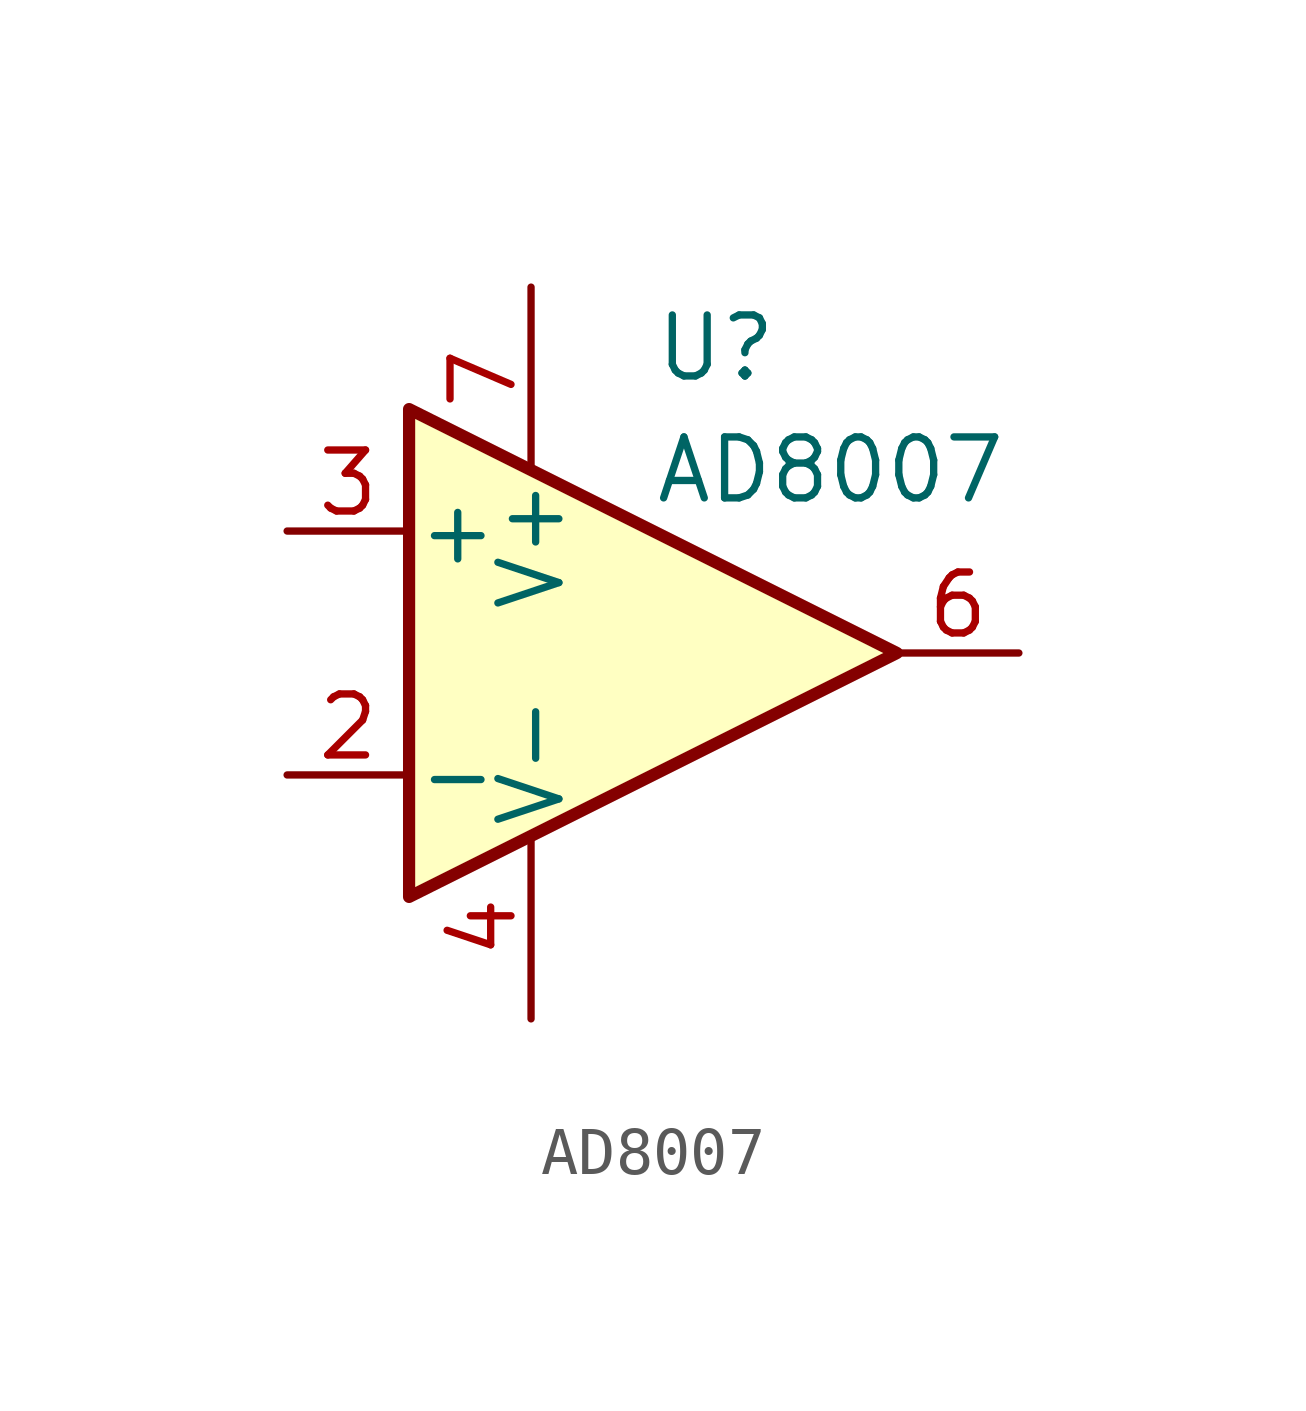
<source format=kicad_sym>
(kicad_symbol_lib
  (version 20220914)
  (generator kicad_symbol_editor)
  (symbol "AD8007"
    (pin_names
      (offset 0.127))
    (property "Reference" "U"
      (at 0 6.35 0)
      (effects (font (size 1.27 1.27)) (justify left)))
    (property "Value" "AD8007"
      (at 0 3.81 0)
      (effects (font (size 1.27 1.27)) (justify left)))
    (symbol "AD8007_0_1"
      (polyline (pts (xy -5.08 5.08) (xy 5.08 0) (xy -5.08 -5.08) (xy -5.08 5.08)) (stroke (width 0.254) (type default)) (fill (type background))))
    (symbol "AD8007_1_1"
      (pin no_connect line (at -2.54 2.54 270) (length 2.54) hide (name "NC" (effects (font (size 1.27 1.27)))) (number "1" (effects (font (size 1.27 1.27)))))
      (pin input line (at -7.62 -2.54 0) (length 2.54) (name "-" (effects (font (size 1.27 1.27)))) (number "2" (effects (font (size 1.27 1.27)))))
      (pin input line (at -7.62 2.54 0) (length 2.54) (name "+" (effects (font (size 1.27 1.27)))) (number "3" (effects (font (size 1.27 1.27)))))
      (pin power_in line (at -2.54 -7.62 90) (length 3.81) (name "V-" (effects (font (size 1.27 1.27)))) (number "4" (effects (font (size 1.27 1.27)))))
      (pin no_connect line (at 0 2.54 270) (length 2.54) hide (name "NC" (effects (font (size 1.27 1.27)))) (number "5" (effects (font (size 1.27 1.27)))))
      (pin output line (at 7.62 0 180) (length 2.54) (name "~" (effects (font (size 1.27 1.27)))) (number "6" (effects (font (size 1.27 1.27)))))
      (pin power_in line (at -2.54 7.62 270) (length 3.81) (name "V+" (effects (font (size 1.27 1.27)))) (number "7" (effects (font (size 1.27 1.27)))))
      (pin no_connect line (at 0 -2.54 90) (length 2.54) hide (name "NC" (effects (font (size 1.27 1.27)))) (number "8" (effects (font (size 1.27 1.27))))))))
</source>
